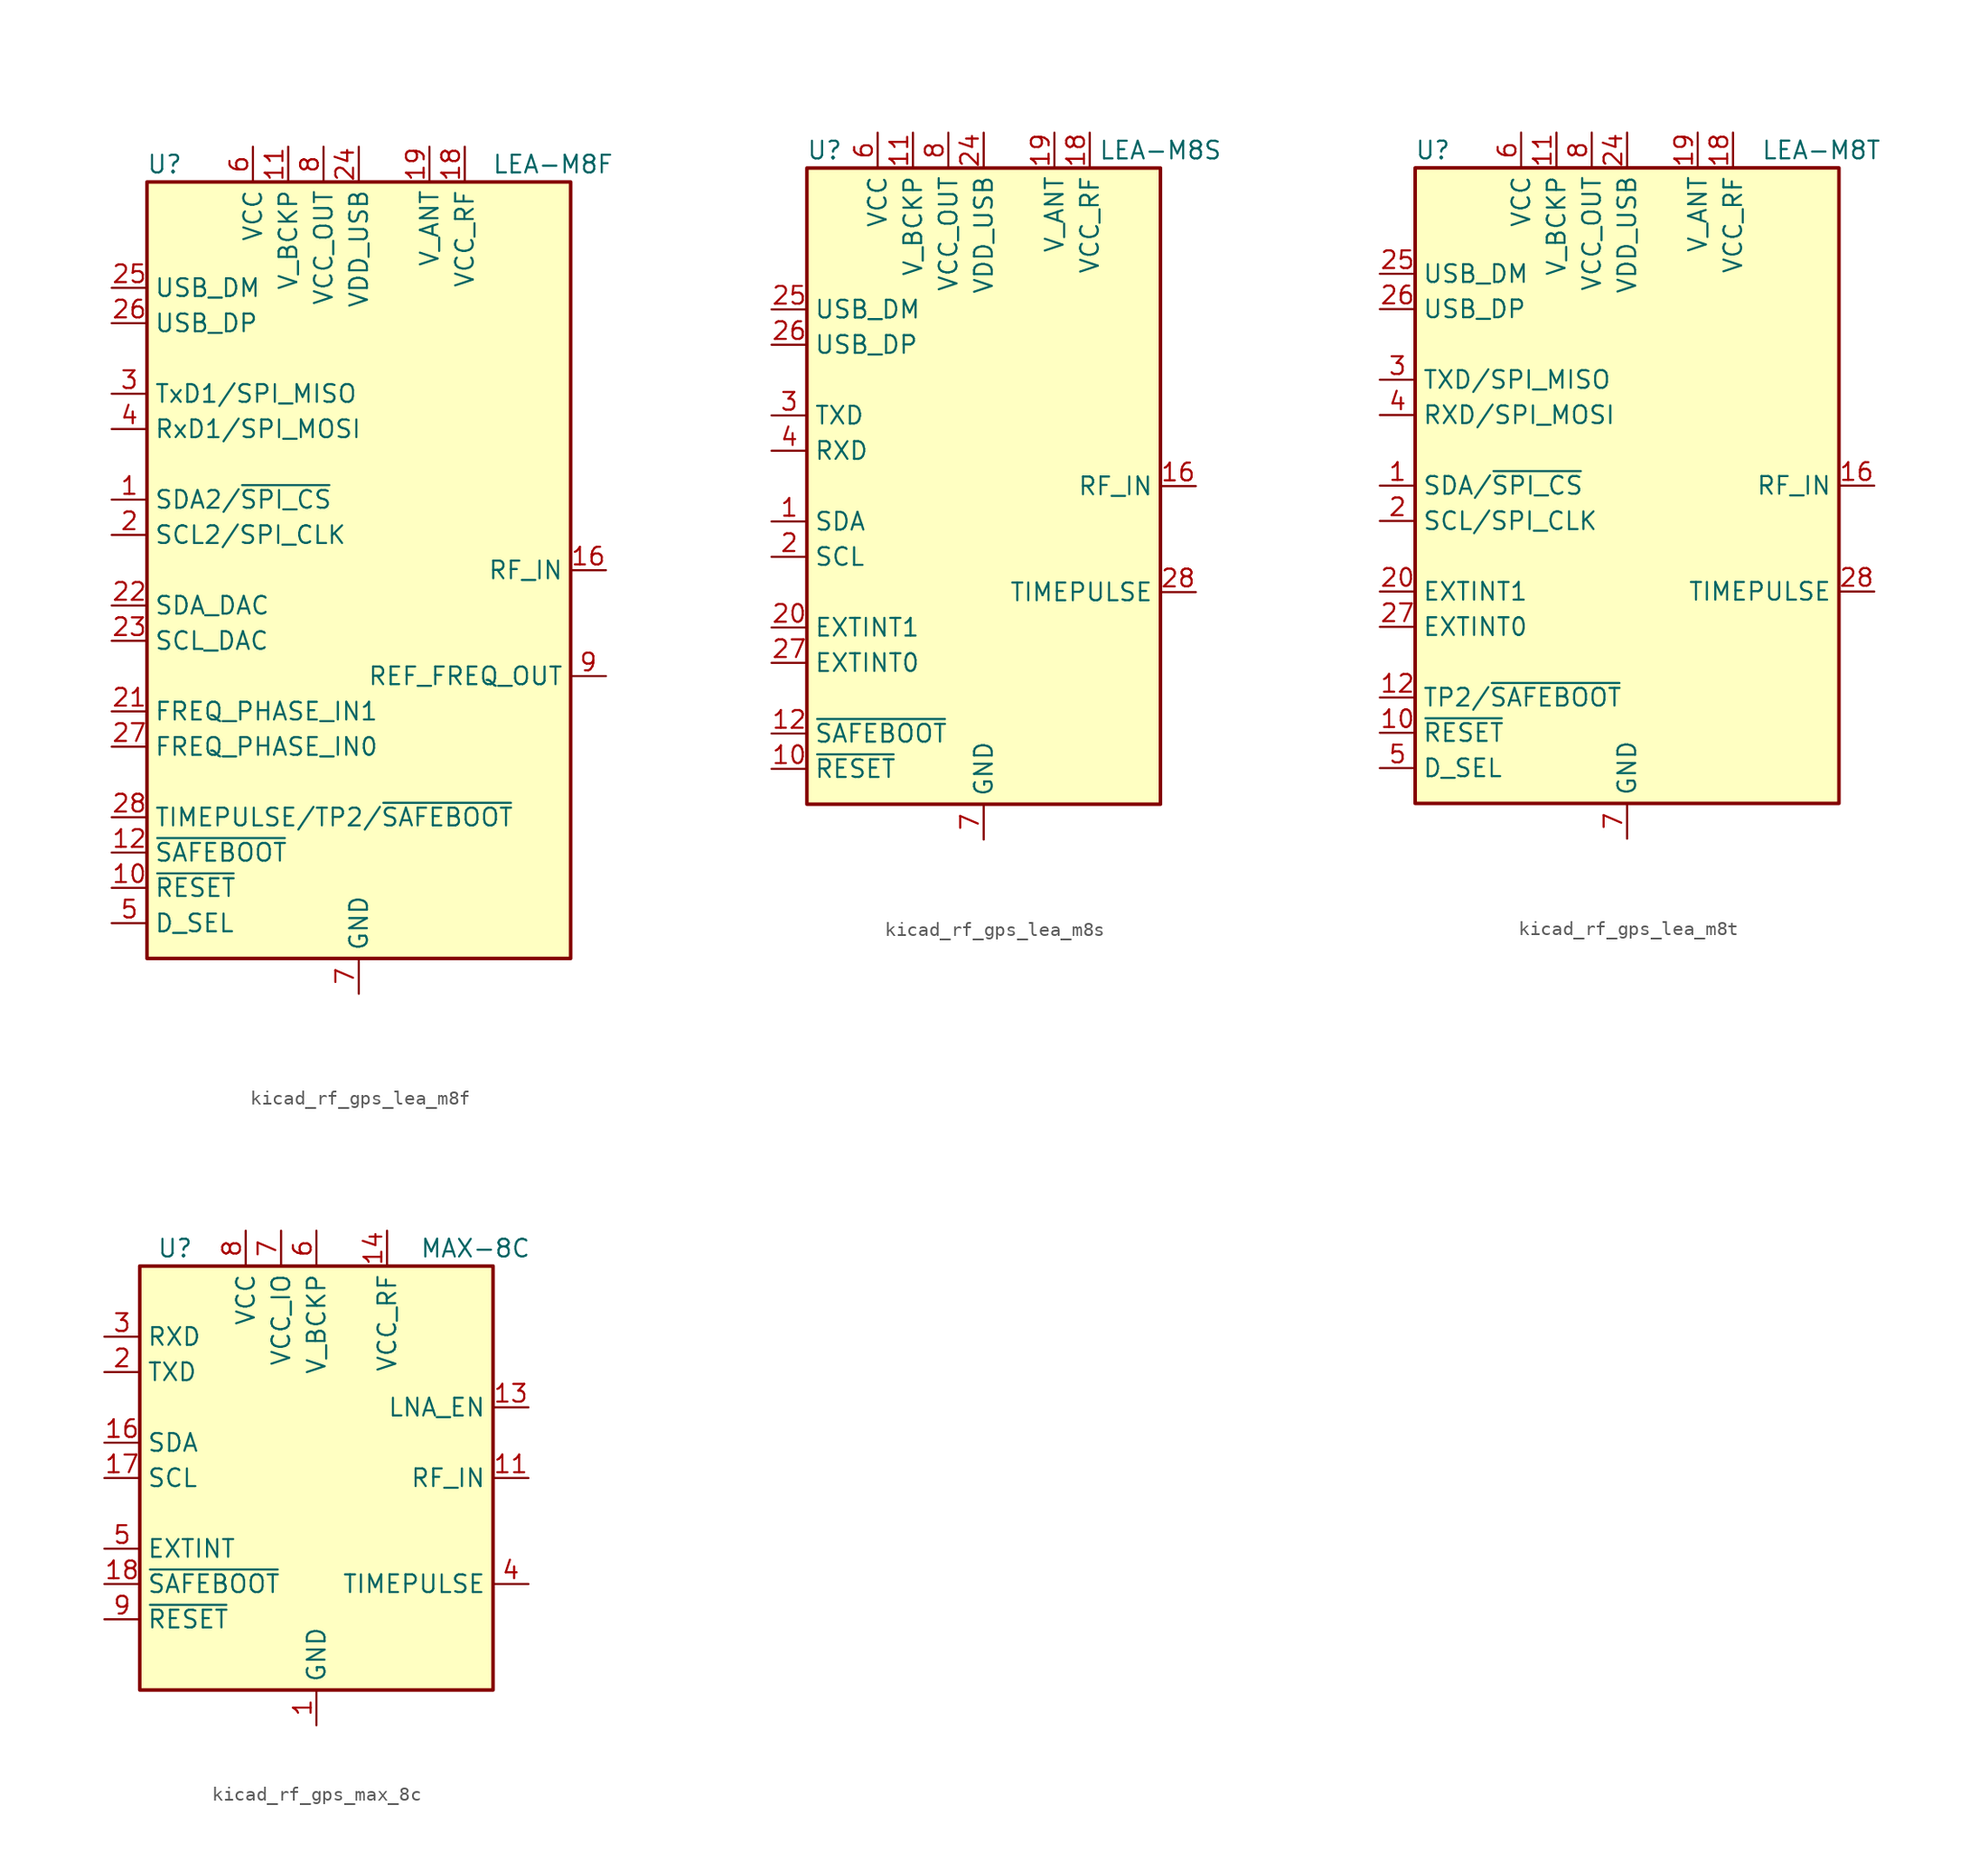
<source format=kicad_sym>
(kicad_symbol_lib
  (version 20220914)
  (generator kicad_symbol_editor)
  (symbol "kicad_rf_gps_lea_m8f"
    (property "Reference" "U"
      (at -13.97 29.21 0)
      (effects (font (size 1.27 1.27))))
    (property "Value" "LEA-M8F"
      (at 13.97 29.21 0)
      (effects (font (size 1.27 1.27))))
    (symbol "kicad_rf_gps_lea_m8f_0_1"
      (rectangle (start -15.24 27.94) (end 15.24 -27.94) (stroke (width 0.254) (type default)) (fill (type background))))
    (symbol "kicad_rf_gps_lea_m8f_1_1"
      (pin bidirectional line (at -17.78 5.08 0) (length 2.54) (name "SDA2/~{SPI_CS}" (effects (font (size 1.27 1.27)))) (number "1" (effects (font (size 1.27 1.27)))))
      (pin input line (at -17.78 -22.86 0) (length 2.54) (name "~{RESET}" (effects (font (size 1.27 1.27)))) (number "10" (effects (font (size 1.27 1.27)))))
      (pin power_in line (at -5.08 30.48 270) (length 2.54) (name "V_BCKP" (effects (font (size 1.27 1.27)))) (number "11" (effects (font (size 1.27 1.27)))))
      (pin input line (at -17.78 -20.32 0) (length 2.54) (name "~{SAFEBOOT}" (effects (font (size 1.27 1.27)))) (number "12" (effects (font (size 1.27 1.27)))))
      (pin passive line (at 0 -30.48 90) (length 2.54) hide (name "GND" (effects (font (size 1.27 1.27)))) (number "13" (effects (font (size 1.27 1.27)))))
      (pin passive line (at 0 -30.48 90) (length 2.54) hide (name "GND" (effects (font (size 1.27 1.27)))) (number "14" (effects (font (size 1.27 1.27)))))
      (pin passive line (at 0 -30.48 90) (length 2.54) hide (name "GND" (effects (font (size 1.27 1.27)))) (number "15" (effects (font (size 1.27 1.27)))))
      (pin input line (at 17.78 0 180) (length 2.54) (name "RF_IN" (effects (font (size 1.27 1.27)))) (number "16" (effects (font (size 1.27 1.27)))))
      (pin passive line (at 0 -30.48 90) (length 2.54) hide (name "GND" (effects (font (size 1.27 1.27)))) (number "17" (effects (font (size 1.27 1.27)))))
      (pin power_out line (at 7.62 30.48 270) (length 2.54) (name "VCC_RF" (effects (font (size 1.27 1.27)))) (number "18" (effects (font (size 1.27 1.27)))))
      (pin power_in line (at 5.08 30.48 270) (length 2.54) (name "V_ANT" (effects (font (size 1.27 1.27)))) (number "19" (effects (font (size 1.27 1.27)))))
      (pin input line (at -17.78 2.54 0) (length 2.54) (name "SCL2/SPI_CLK" (effects (font (size 1.27 1.27)))) (number "2" (effects (font (size 1.27 1.27)))))
      (pin no_connect line (at 15.24 2.54 180) (length 2.54) hide (name "RESERVED" (effects (font (size 1.27 1.27)))) (number "20" (effects (font (size 1.27 1.27)))))
      (pin input line (at -17.78 -10.16 0) (length 2.54) (name "FREQ_PHASE_IN1" (effects (font (size 1.27 1.27)))) (number "21" (effects (font (size 1.27 1.27)))))
      (pin bidirectional line (at -17.78 -2.54 0) (length 2.54) (name "SDA_DAC" (effects (font (size 1.27 1.27)))) (number "22" (effects (font (size 1.27 1.27)))))
      (pin output line (at -17.78 -5.08 0) (length 2.54) (name "SCL_DAC" (effects (font (size 1.27 1.27)))) (number "23" (effects (font (size 1.27 1.27)))))
      (pin power_in line (at 0 30.48 270) (length 2.54) (name "VDD_USB" (effects (font (size 1.27 1.27)))) (number "24" (effects (font (size 1.27 1.27)))))
      (pin bidirectional line (at -17.78 20.32 0) (length 2.54) (name "USB_DM" (effects (font (size 1.27 1.27)))) (number "25" (effects (font (size 1.27 1.27)))))
      (pin bidirectional line (at -17.78 17.78 0) (length 2.54) (name "USB_DP" (effects (font (size 1.27 1.27)))) (number "26" (effects (font (size 1.27 1.27)))))
      (pin input line (at -17.78 -12.7 0) (length 2.54) (name "FREQ_PHASE_IN0" (effects (font (size 1.27 1.27)))) (number "27" (effects (font (size 1.27 1.27)))))
      (pin bidirectional line (at -17.78 -17.78 0) (length 2.54) (name "TIMEPULSE/TP2/~{SAFEBOOT}" (effects (font (size 1.27 1.27)))) (number "28" (effects (font (size 1.27 1.27)))))
      (pin output line (at -17.78 12.7 0) (length 2.54) (name "TxD1/SPI_MISO" (effects (font (size 1.27 1.27)))) (number "3" (effects (font (size 1.27 1.27)))))
      (pin input line (at -17.78 10.16 0) (length 2.54) (name "RxD1/SPI_MOSI" (effects (font (size 1.27 1.27)))) (number "4" (effects (font (size 1.27 1.27)))))
      (pin input line (at -17.78 -25.4 0) (length 2.54) (name "D_SEL" (effects (font (size 1.27 1.27)))) (number "5" (effects (font (size 1.27 1.27)))))
      (pin power_in line (at -7.62 30.48 270) (length 2.54) (name "VCC" (effects (font (size 1.27 1.27)))) (number "6" (effects (font (size 1.27 1.27)))))
      (pin power_in line (at 0 -30.48 90) (length 2.54) (name "GND" (effects (font (size 1.27 1.27)))) (number "7" (effects (font (size 1.27 1.27)))))
      (pin power_out line (at -2.54 30.48 270) (length 2.54) (name "VCC_OUT" (effects (font (size 1.27 1.27)))) (number "8" (effects (font (size 1.27 1.27)))))
      (pin output line (at 17.78 -7.62 180) (length 2.54) (name "REF_FREQ_OUT" (effects (font (size 1.27 1.27)))) (number "9" (effects (font (size 1.27 1.27)))))))
  (symbol "kicad_rf_gps_lea_m8s"
    (property "Reference" "U"
      (at -11.43 24.13 0)
      (effects (font (size 1.27 1.27))))
    (property "Value" "LEA-M8S"
      (at 12.7 24.13 0)
      (effects (font (size 1.27 1.27))))
    (symbol "kicad_rf_gps_lea_m8s_0_1"
      (rectangle (start -12.7 22.86) (end 12.7 -22.86) (stroke (width 0.254) (type default)) (fill (type background))))
    (symbol "kicad_rf_gps_lea_m8s_1_1"
      (pin bidirectional line (at -15.24 -2.54 0) (length 2.54) (name "SDA" (effects (font (size 1.27 1.27)))) (number "1" (effects (font (size 1.27 1.27)))))
      (pin input line (at -15.24 -20.32 0) (length 2.54) (name "~{RESET}" (effects (font (size 1.27 1.27)))) (number "10" (effects (font (size 1.27 1.27)))))
      (pin power_in line (at -5.08 25.4 270) (length 2.54) (name "V_BCKP" (effects (font (size 1.27 1.27)))) (number "11" (effects (font (size 1.27 1.27)))))
      (pin input line (at -15.24 -17.78 0) (length 2.54) (name "~{SAFEBOOT}" (effects (font (size 1.27 1.27)))) (number "12" (effects (font (size 1.27 1.27)))))
      (pin passive line (at 0 -25.4 90) (length 2.54) hide (name "GND" (effects (font (size 1.27 1.27)))) (number "13" (effects (font (size 1.27 1.27)))))
      (pin passive line (at 0 -25.4 90) (length 2.54) hide (name "GND" (effects (font (size 1.27 1.27)))) (number "14" (effects (font (size 1.27 1.27)))))
      (pin passive line (at 0 -25.4 90) (length 2.54) hide (name "GND" (effects (font (size 1.27 1.27)))) (number "15" (effects (font (size 1.27 1.27)))))
      (pin input line (at 15.24 0 180) (length 2.54) (name "RF_IN" (effects (font (size 1.27 1.27)))) (number "16" (effects (font (size 1.27 1.27)))))
      (pin passive line (at 0 -25.4 90) (length 2.54) hide (name "GND" (effects (font (size 1.27 1.27)))) (number "17" (effects (font (size 1.27 1.27)))))
      (pin power_out line (at 7.62 25.4 270) (length 2.54) (name "VCC_RF" (effects (font (size 1.27 1.27)))) (number "18" (effects (font (size 1.27 1.27)))))
      (pin power_in line (at 5.08 25.4 270) (length 2.54) (name "V_ANT" (effects (font (size 1.27 1.27)))) (number "19" (effects (font (size 1.27 1.27)))))
      (pin input line (at -15.24 -5.08 0) (length 2.54) (name "SCL" (effects (font (size 1.27 1.27)))) (number "2" (effects (font (size 1.27 1.27)))))
      (pin input line (at -15.24 -10.16 0) (length 2.54) (name "EXTINT1" (effects (font (size 1.27 1.27)))) (number "20" (effects (font (size 1.27 1.27)))))
      (pin no_connect line (at 12.7 7.62 180) (length 2.54) hide (name "RESERVED" (effects (font (size 1.27 1.27)))) (number "21" (effects (font (size 1.27 1.27)))))
      (pin no_connect line (at 12.7 5.08 180) (length 2.54) hide (name "RESERVED" (effects (font (size 1.27 1.27)))) (number "22" (effects (font (size 1.27 1.27)))))
      (pin no_connect line (at 12.7 2.54 180) (length 2.54) hide (name "RESERVED" (effects (font (size 1.27 1.27)))) (number "23" (effects (font (size 1.27 1.27)))))
      (pin power_in line (at 0 25.4 270) (length 2.54) (name "VDD_USB" (effects (font (size 1.27 1.27)))) (number "24" (effects (font (size 1.27 1.27)))))
      (pin bidirectional line (at -15.24 12.7 0) (length 2.54) (name "USB_DM" (effects (font (size 1.27 1.27)))) (number "25" (effects (font (size 1.27 1.27)))))
      (pin bidirectional line (at -15.24 10.16 0) (length 2.54) (name "USB_DP" (effects (font (size 1.27 1.27)))) (number "26" (effects (font (size 1.27 1.27)))))
      (pin input line (at -15.24 -12.7 0) (length 2.54) (name "EXTINT0" (effects (font (size 1.27 1.27)))) (number "27" (effects (font (size 1.27 1.27)))))
      (pin output line (at 15.24 -7.62 180) (length 2.54) (name "TIMEPULSE" (effects (font (size 1.27 1.27)))) (number "28" (effects (font (size 1.27 1.27)))))
      (pin output line (at -15.24 5.08 0) (length 2.54) (name "TXD" (effects (font (size 1.27 1.27)))) (number "3" (effects (font (size 1.27 1.27)))))
      (pin input line (at -15.24 2.54 0) (length 2.54) (name "RXD" (effects (font (size 1.27 1.27)))) (number "4" (effects (font (size 1.27 1.27)))))
      (pin no_connect line (at 12.7 12.7 180) (length 2.54) hide (name "RESERVED" (effects (font (size 1.27 1.27)))) (number "5" (effects (font (size 1.27 1.27)))))
      (pin power_in line (at -7.62 25.4 270) (length 2.54) (name "VCC" (effects (font (size 1.27 1.27)))) (number "6" (effects (font (size 1.27 1.27)))))
      (pin power_in line (at 0 -25.4 90) (length 2.54) (name "GND" (effects (font (size 1.27 1.27)))) (number "7" (effects (font (size 1.27 1.27)))))
      (pin power_out line (at -2.54 25.4 270) (length 2.54) (name "VCC_OUT" (effects (font (size 1.27 1.27)))) (number "8" (effects (font (size 1.27 1.27)))))
      (pin no_connect line (at 12.7 10.16 180) (length 2.54) hide (name "RESERVED" (effects (font (size 1.27 1.27)))) (number "9" (effects (font (size 1.27 1.27)))))))
  (symbol "kicad_rf_gps_lea_m8t"
    (property "Reference" "U"
      (at -13.97 24.13 0)
      (effects (font (size 1.27 1.27))))
    (property "Value" "LEA-M8T"
      (at 13.97 24.13 0)
      (effects (font (size 1.27 1.27))))
    (symbol "kicad_rf_gps_lea_m8t_0_1"
      (rectangle (start -15.24 22.86) (end 15.24 -22.86) (stroke (width 0.254) (type default)) (fill (type background))))
    (symbol "kicad_rf_gps_lea_m8t_1_1"
      (pin bidirectional line (at -17.78 0 0) (length 2.54) (name "SDA/~{SPI_CS}" (effects (font (size 1.27 1.27)))) (number "1" (effects (font (size 1.27 1.27)))))
      (pin input line (at -17.78 -17.78 0) (length 2.54) (name "~{RESET}" (effects (font (size 1.27 1.27)))) (number "10" (effects (font (size 1.27 1.27)))))
      (pin power_in line (at -5.08 25.4 270) (length 2.54) (name "V_BCKP" (effects (font (size 1.27 1.27)))) (number "11" (effects (font (size 1.27 1.27)))))
      (pin bidirectional line (at -17.78 -15.24 0) (length 2.54) (name "TP2/~{SAFEBOOT}" (effects (font (size 1.27 1.27)))) (number "12" (effects (font (size 1.27 1.27)))))
      (pin passive line (at 0 -25.4 90) (length 2.54) hide (name "GND" (effects (font (size 1.27 1.27)))) (number "13" (effects (font (size 1.27 1.27)))))
      (pin passive line (at 0 -25.4 90) (length 2.54) hide (name "GND" (effects (font (size 1.27 1.27)))) (number "14" (effects (font (size 1.27 1.27)))))
      (pin passive line (at 0 -25.4 90) (length 2.54) hide (name "GND" (effects (font (size 1.27 1.27)))) (number "15" (effects (font (size 1.27 1.27)))))
      (pin input line (at 17.78 0 180) (length 2.54) (name "RF_IN" (effects (font (size 1.27 1.27)))) (number "16" (effects (font (size 1.27 1.27)))))
      (pin passive line (at 0 -25.4 90) (length 2.54) hide (name "GND" (effects (font (size 1.27 1.27)))) (number "17" (effects (font (size 1.27 1.27)))))
      (pin power_out line (at 7.62 25.4 270) (length 2.54) (name "VCC_RF" (effects (font (size 1.27 1.27)))) (number "18" (effects (font (size 1.27 1.27)))))
      (pin power_in line (at 5.08 25.4 270) (length 2.54) (name "V_ANT" (effects (font (size 1.27 1.27)))) (number "19" (effects (font (size 1.27 1.27)))))
      (pin input line (at -17.78 -2.54 0) (length 2.54) (name "SCL/SPI_CLK" (effects (font (size 1.27 1.27)))) (number "2" (effects (font (size 1.27 1.27)))))
      (pin input line (at -17.78 -7.62 0) (length 2.54) (name "EXTINT1" (effects (font (size 1.27 1.27)))) (number "20" (effects (font (size 1.27 1.27)))))
      (pin no_connect line (at 15.24 7.62 180) (length 2.54) hide (name "RESERVED" (effects (font (size 1.27 1.27)))) (number "21" (effects (font (size 1.27 1.27)))))
      (pin no_connect line (at 15.24 5.08 180) (length 2.54) hide (name "RESERVED" (effects (font (size 1.27 1.27)))) (number "22" (effects (font (size 1.27 1.27)))))
      (pin no_connect line (at 15.24 2.54 180) (length 2.54) hide (name "RESERVED" (effects (font (size 1.27 1.27)))) (number "23" (effects (font (size 1.27 1.27)))))
      (pin power_in line (at 0 25.4 270) (length 2.54) (name "VDD_USB" (effects (font (size 1.27 1.27)))) (number "24" (effects (font (size 1.27 1.27)))))
      (pin bidirectional line (at -17.78 15.24 0) (length 2.54) (name "USB_DM" (effects (font (size 1.27 1.27)))) (number "25" (effects (font (size 1.27 1.27)))))
      (pin bidirectional line (at -17.78 12.7 0) (length 2.54) (name "USB_DP" (effects (font (size 1.27 1.27)))) (number "26" (effects (font (size 1.27 1.27)))))
      (pin input line (at -17.78 -10.16 0) (length 2.54) (name "EXTINT0" (effects (font (size 1.27 1.27)))) (number "27" (effects (font (size 1.27 1.27)))))
      (pin output line (at 17.78 -7.62 180) (length 2.54) (name "TIMEPULSE" (effects (font (size 1.27 1.27)))) (number "28" (effects (font (size 1.27 1.27)))))
      (pin output line (at -17.78 7.62 0) (length 2.54) (name "TXD/SPI_MISO" (effects (font (size 1.27 1.27)))) (number "3" (effects (font (size 1.27 1.27)))))
      (pin input line (at -17.78 5.08 0) (length 2.54) (name "RXD/SPI_MOSI" (effects (font (size 1.27 1.27)))) (number "4" (effects (font (size 1.27 1.27)))))
      (pin input line (at -17.78 -20.32 0) (length 2.54) (name "D_SEL" (effects (font (size 1.27 1.27)))) (number "5" (effects (font (size 1.27 1.27)))))
      (pin power_in line (at -7.62 25.4 270) (length 2.54) (name "VCC" (effects (font (size 1.27 1.27)))) (number "6" (effects (font (size 1.27 1.27)))))
      (pin power_in line (at 0 -25.4 90) (length 2.54) (name "GND" (effects (font (size 1.27 1.27)))) (number "7" (effects (font (size 1.27 1.27)))))
      (pin power_out line (at -2.54 25.4 270) (length 2.54) (name "VCC_OUT" (effects (font (size 1.27 1.27)))) (number "8" (effects (font (size 1.27 1.27)))))
      (pin no_connect line (at 15.24 10.16 180) (length 2.54) hide (name "RESERVED" (effects (font (size 1.27 1.27)))) (number "9" (effects (font (size 1.27 1.27)))))))
  (symbol "kicad_rf_gps_max_8c"
    (property "Reference" "U"
      (at -10.16 16.51 0)
      (effects (font (size 1.27 1.27))))
    (property "Value" "MAX-8C"
      (at 11.43 16.51 0)
      (effects (font (size 1.27 1.27))))
    (symbol "kicad_rf_gps_max_8c_0_1"
      (rectangle (start 12.7 15.24) (end -12.7 -15.24) (stroke (width 0.254) (type default)) (fill (type background))))
    (symbol "kicad_rf_gps_max_8c_1_1"
      (pin power_in line (at 0 -17.78 90) (length 2.54) (name "GND" (effects (font (size 1.27 1.27)))) (number "1" (effects (font (size 1.27 1.27)))))
      (pin passive line (at 0 -17.78 90) (length 2.54) hide (name "GND" (effects (font (size 1.27 1.27)))) (number "10" (effects (font (size 1.27 1.27)))))
      (pin input line (at 15.24 0 180) (length 2.54) (name "RF_IN" (effects (font (size 1.27 1.27)))) (number "11" (effects (font (size 1.27 1.27)))))
      (pin passive line (at 0 -17.78 90) (length 2.54) hide (name "GND" (effects (font (size 1.27 1.27)))) (number "12" (effects (font (size 1.27 1.27)))))
      (pin output line (at 15.24 5.08 180) (length 2.54) (name "LNA_EN" (effects (font (size 1.27 1.27)))) (number "13" (effects (font (size 1.27 1.27)))))
      (pin power_out line (at 5.08 17.78 270) (length 2.54) (name "VCC_RF" (effects (font (size 1.27 1.27)))) (number "14" (effects (font (size 1.27 1.27)))))
      (pin no_connect line (at 12.7 -5.08 180) (length 2.54) hide (name "Reserved" (effects (font (size 1.27 1.27)))) (number "15" (effects (font (size 1.27 1.27)))))
      (pin bidirectional line (at -15.24 2.54 0) (length 2.54) (name "SDA" (effects (font (size 1.27 1.27)))) (number "16" (effects (font (size 1.27 1.27)))))
      (pin input line (at -15.24 0 0) (length 2.54) (name "SCL" (effects (font (size 1.27 1.27)))) (number "17" (effects (font (size 1.27 1.27)))))
      (pin input line (at -15.24 -7.62 0) (length 2.54) (name "~{SAFEBOOT}" (effects (font (size 1.27 1.27)))) (number "18" (effects (font (size 1.27 1.27)))))
      (pin output line (at -15.24 7.62 0) (length 2.54) (name "TXD" (effects (font (size 1.27 1.27)))) (number "2" (effects (font (size 1.27 1.27)))))
      (pin input line (at -15.24 10.16 0) (length 2.54) (name "RXD" (effects (font (size 1.27 1.27)))) (number "3" (effects (font (size 1.27 1.27)))))
      (pin output line (at 15.24 -7.62 180) (length 2.54) (name "TIMEPULSE" (effects (font (size 1.27 1.27)))) (number "4" (effects (font (size 1.27 1.27)))))
      (pin input line (at -15.24 -5.08 0) (length 2.54) (name "EXTINT" (effects (font (size 1.27 1.27)))) (number "5" (effects (font (size 1.27 1.27)))))
      (pin power_in line (at 0 17.78 270) (length 2.54) (name "V_BCKP" (effects (font (size 1.27 1.27)))) (number "6" (effects (font (size 1.27 1.27)))))
      (pin power_in line (at -2.54 17.78 270) (length 2.54) (name "VCC_IO" (effects (font (size 1.27 1.27)))) (number "7" (effects (font (size 1.27 1.27)))))
      (pin power_in line (at -5.08 17.78 270) (length 2.54) (name "VCC" (effects (font (size 1.27 1.27)))) (number "8" (effects (font (size 1.27 1.27)))))
      (pin input line (at -15.24 -10.16 0) (length 2.54) (name "~{RESET}" (effects (font (size 1.27 1.27)))) (number "9" (effects (font (size 1.27 1.27))))))))
</source>
